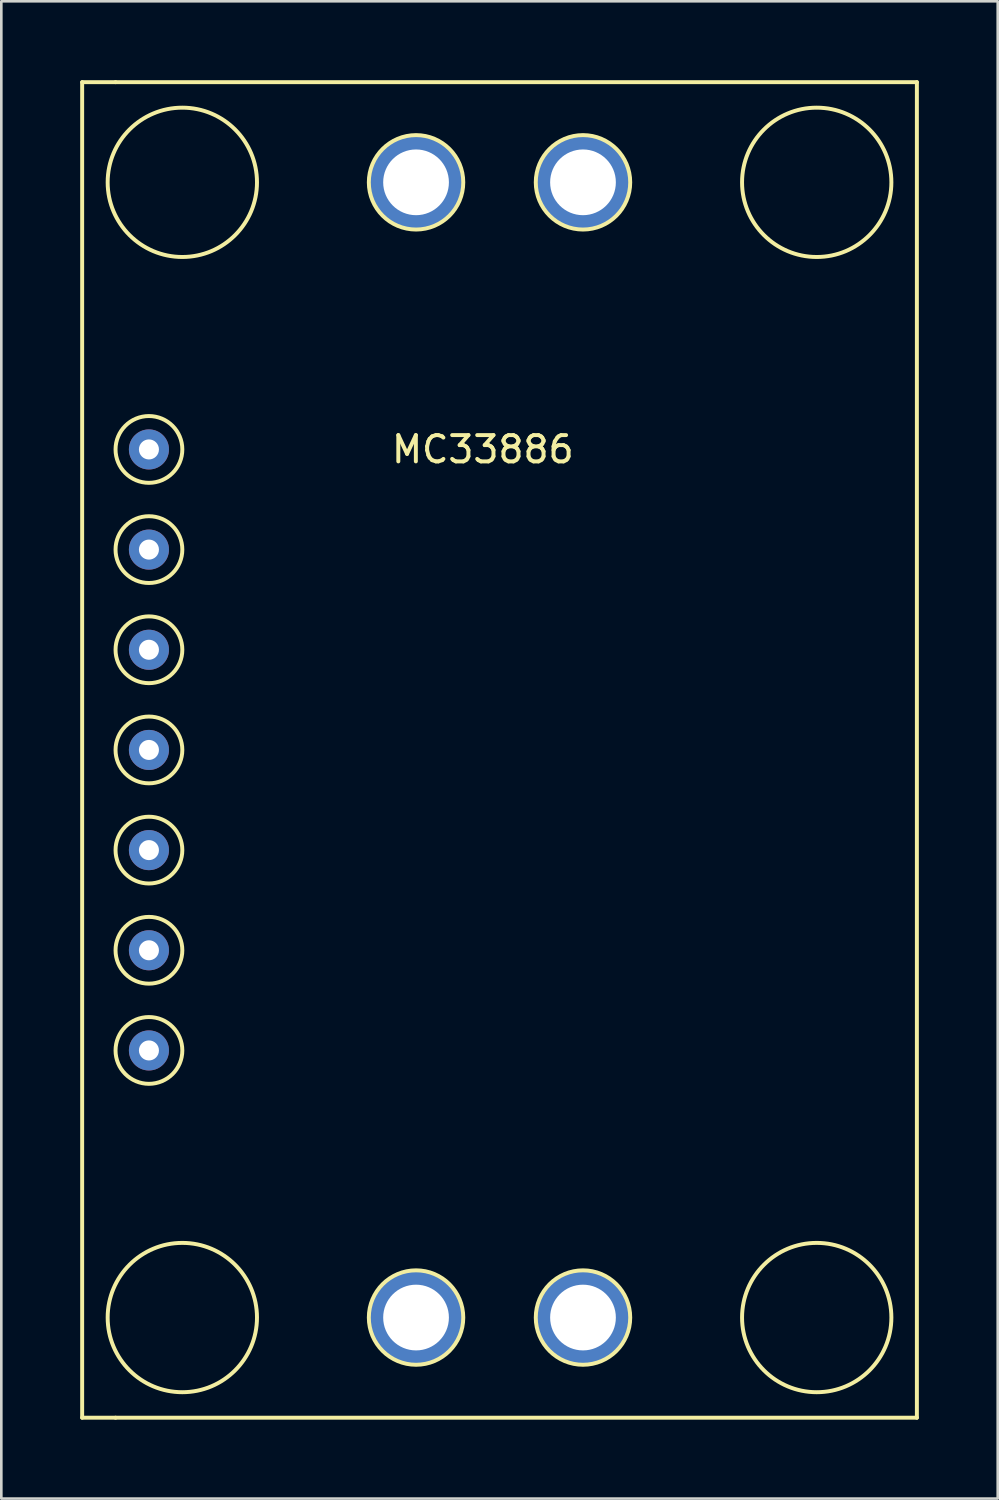
<source format=kicad_pcb>
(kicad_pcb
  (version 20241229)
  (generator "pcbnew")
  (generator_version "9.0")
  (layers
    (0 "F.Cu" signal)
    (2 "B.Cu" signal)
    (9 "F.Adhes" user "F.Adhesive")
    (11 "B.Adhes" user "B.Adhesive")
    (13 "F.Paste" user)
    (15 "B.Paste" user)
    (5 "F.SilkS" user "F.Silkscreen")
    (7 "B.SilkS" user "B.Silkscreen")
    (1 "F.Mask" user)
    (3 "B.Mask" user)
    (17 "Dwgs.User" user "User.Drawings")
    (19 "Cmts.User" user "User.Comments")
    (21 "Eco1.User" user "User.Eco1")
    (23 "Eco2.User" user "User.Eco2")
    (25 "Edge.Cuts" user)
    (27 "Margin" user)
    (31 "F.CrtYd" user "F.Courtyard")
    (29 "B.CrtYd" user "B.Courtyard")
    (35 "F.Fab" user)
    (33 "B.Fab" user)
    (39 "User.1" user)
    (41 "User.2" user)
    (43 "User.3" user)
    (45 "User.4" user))
  (footprint "MC33886"
    (layer "F.Cu")
    (at 15.315 12.775)
    (property "Reference" "MC33886" (at 0 1.27 0) (layer "F.SilkS") (effects (font (size 1 1) (thickness 0.15))))
    (attr through_hole)
    (fp_line (start -15.24 -12.7) (end -15.24 38.1) (stroke (width 0.15) (type solid)) (layer "F.SilkS"))
    (fp_line (start -15.24 38.1) (end -13.97 38.1) (stroke (width 0.15) (type solid)) (layer "F.SilkS"))
    (fp_line (start -13.97 -12.7) (end -15.24 -12.7) (stroke (width 0.15) (type solid)) (layer "F.SilkS"))
    (fp_line (start -13.97 -12.7) (end 16.51 -12.7) (stroke (width 0.15) (type solid)) (layer "F.SilkS"))
    (fp_line (start 16.51 -12.7) (end 16.51 38.1) (stroke (width 0.15) (type solid)) (layer "F.SilkS"))
    (fp_line (start 16.51 38.1) (end -13.97 38.1) (stroke (width 0.15) (type solid)) (layer "F.SilkS"))
    (fp_circle (center -12.7 1.27) (end -11.43 1.27) (stroke (width 0.15) (type solid)) (fill no) (layer "F.SilkS"))
    (fp_circle (center -12.7 5.08) (end -12.7 6.35) (stroke (width 0.15) (type solid)) (fill no) (layer "F.SilkS"))
    (fp_circle (center -12.7 8.89) (end -12.7 10.16) (stroke (width 0.15) (type solid)) (fill no) (layer "F.SilkS"))
    (fp_circle (center -12.7 12.7) (end -12.7 13.97) (stroke (width 0.15) (type solid)) (fill no) (layer "F.SilkS"))
    (fp_circle (center -12.7 16.51) (end -12.7 17.78) (stroke (width 0.15) (type solid)) (fill no) (layer "F.SilkS"))
    (fp_circle (center -12.7 20.32) (end -12.7 21.59) (stroke (width 0.15) (type solid)) (fill no) (layer "F.SilkS"))
    (fp_circle (center -12.7 24.13) (end -12.7 25.4) (stroke (width 0.15) (type solid)) (fill no) (layer "F.SilkS"))
    (fp_circle (center -11.43 -8.89) (end -13.97 -7.62) (stroke (width 0.15) (type solid)) (fill no) (layer "F.SilkS"))
    (fp_circle (center -11.43 34.29) (end -13.97 35.56) (stroke (width 0.15) (type solid)) (fill no) (layer "F.SilkS"))
    (fp_circle (center -2.54 -8.89) (end -3.81 -7.62) (stroke (width 0.15) (type solid)) (fill no) (layer "F.SilkS"))
    (fp_circle (center -2.54 34.29) (end -3.81 35.56) (stroke (width 0.15) (type solid)) (fill no) (layer "F.SilkS"))
    (fp_circle (center 3.81 -8.89) (end 2.54 -7.62) (stroke (width 0.15) (type solid)) (fill no) (layer "F.SilkS"))
    (fp_circle (center 3.81 34.29) (end 2.54 35.56) (stroke (width 0.15) (type solid)) (fill no) (layer "F.SilkS"))
    (fp_circle (center 12.7 -8.89) (end 10.16 -7.62) (stroke (width 0.15) (type solid)) (fill no) (layer "F.SilkS"))
    (fp_circle (center 12.7 34.29) (end 10.16 35.56) (stroke (width 0.15) (type solid)) (fill no) (layer "F.SilkS"))
    (pad "5V" thru_hole circle (at -12.7 1.27) (size 1.524 1.524) (drill 0.762) (layers "*.Cu" "*.Mask"))
    (pad "D1" thru_hole circle (at -12.7 20.32) (size 1.524 1.524) (drill 0.762) (layers "*.Cu" "*.Mask"))
    (pad "D2" thru_hole circle (at -12.7 24.13) (size 1.524 1.524) (drill 0.762) (layers "*.Cu" "*.Mask"))
    (pad "FS1" thru_hole circle (at -12.7 8.89) (size 1.524 1.524) (drill 0.762) (layers "*.Cu" "*.Mask"))
    (pad "GND" thru_hole circle (at -12.7 5.08) (size 1.524 1.524) (drill 0.762) (layers "*.Cu" "*.Mask"))
    (pad "GND" thru_hole circle (at 3.81 -8.89) (size 3.524 3.524) (drill 2.5) (layers "*.Cu" "*.Mask"))
    (pad "IN1" thru_hole circle (at -12.7 12.7) (size 1.524 1.524) (drill 0.762) (layers "*.Cu" "*.Mask"))
    (pad "IN2" thru_hole circle (at -12.7 16.51) (size 1.524 1.524) (drill 0.762) (layers "*.Cu" "*.Mask"))
    (pad "OUT1" thru_hole circle (at -2.54 34.29) (size 3.524 3.524) (drill 2.5) (layers "*.Cu" "*.Mask"))
    (pad "OUT2" thru_hole circle (at 3.81 34.29) (size 3.524 3.524) (drill 2.5) (layers "*.Cu" "*.Mask"))
    (pad "VCC" thru_hole circle (at -2.54 -8.89) (size 3.524 3.524) (drill 2.5) (layers "*.Cu" "*.Mask")))
  (gr_rect
    (start -3 -3)
    (end 34.9 53.95)
    (stroke (width 0.1) (type default))
    (fill no)
    (layer "Edge.Cuts")))
</source>
